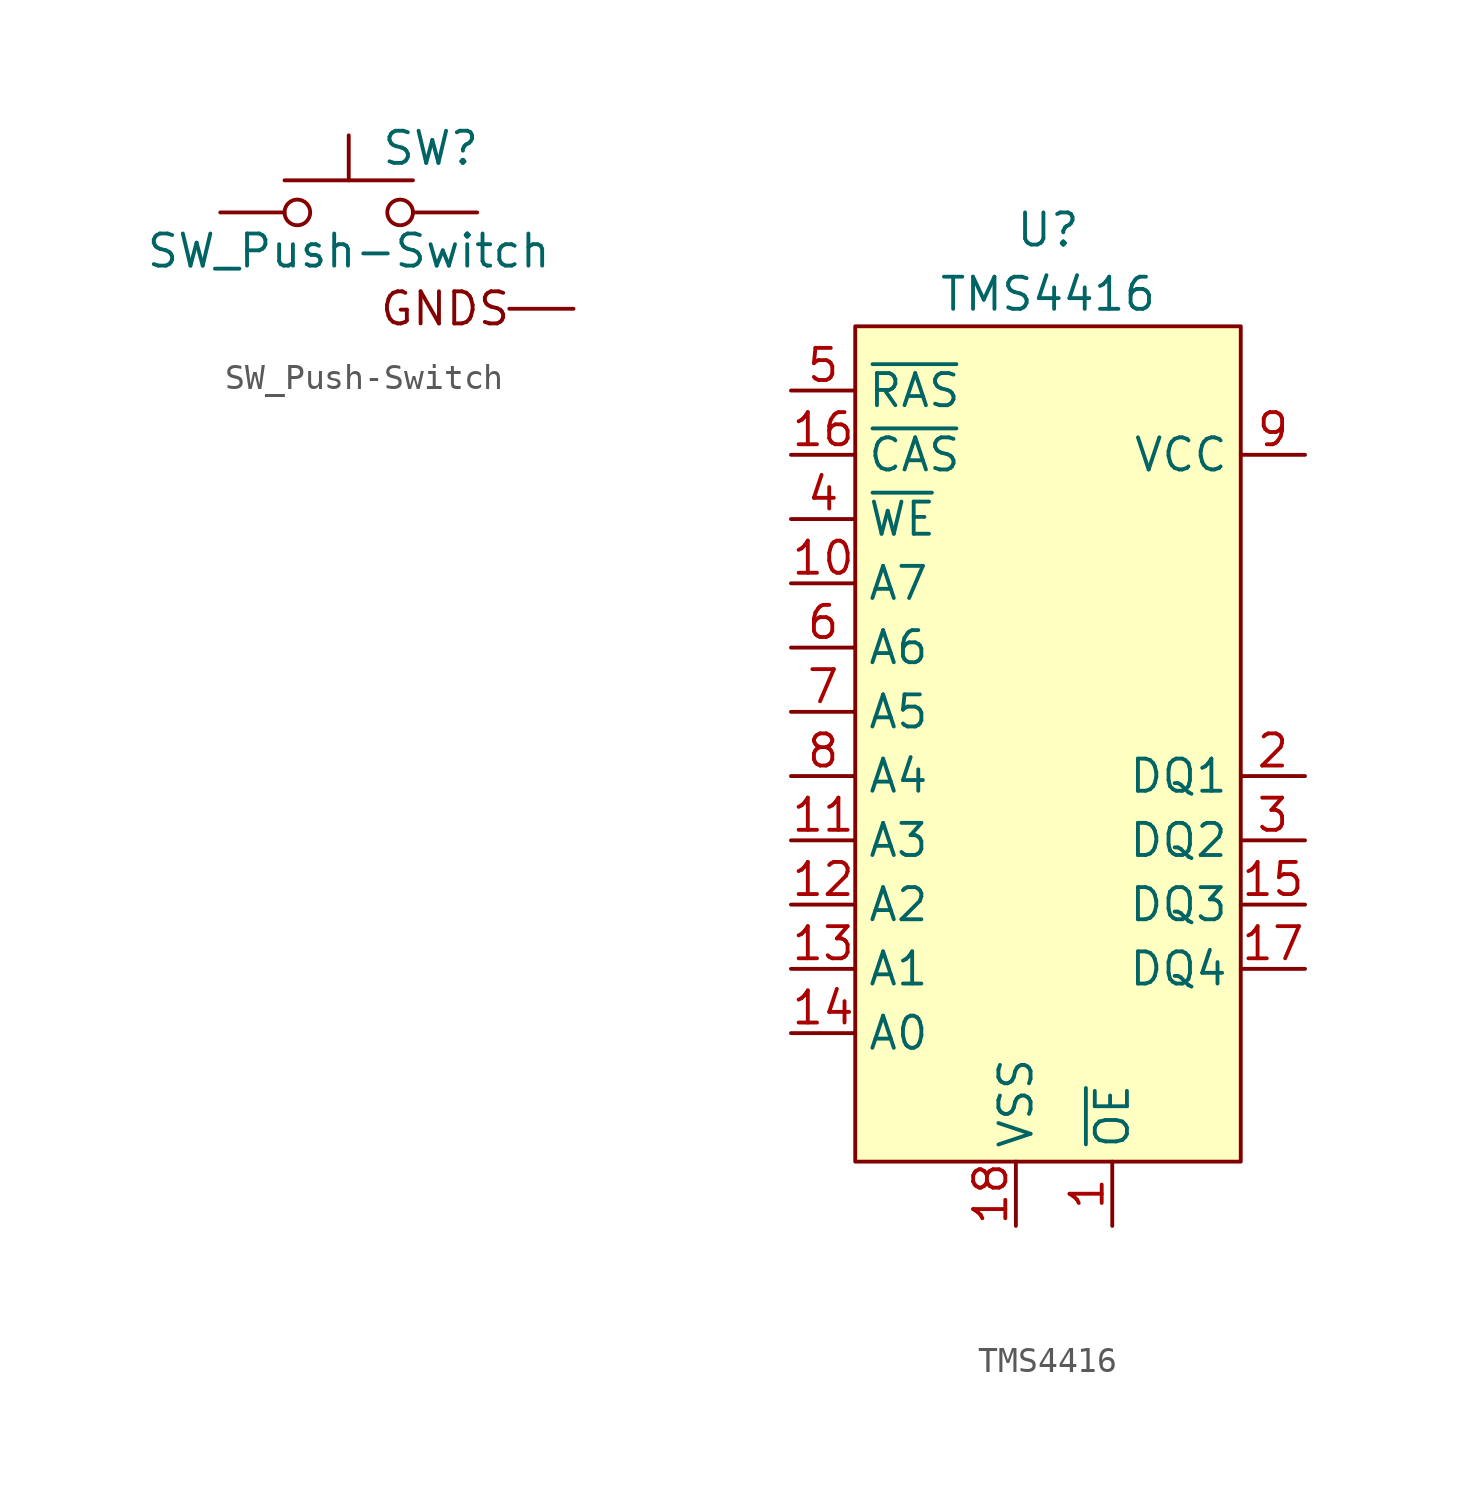
<source format=kicad_sym>
(kicad_symbol_lib
  (version 20211014)
  (generator kicad_symbol_editor)
  (symbol "SW_Push-Switch"
    (pin_numbers hide)
    (pin_names
      (offset 1.016) hide)
    (property "Reference" "SW"
      (at 1.27 2.54 0)
      (effects (font (size 1.27 1.27)) (justify left)))
    (property "Value" "SW_Push-Switch"
      (at 0 -1.524 0)
      (effects (font (size 1.27 1.27))))
    (symbol "SW_Push-Switch_0_0"
      (text "GNDS" (at 3.81 -3.81 0) (effects (font (size 1.27 1.27)))))
    (symbol "SW_Push-Switch_0_1"
      (circle (center -2.032 0) (radius 0.508) (stroke (width 0) (type default) (color 0 0 0 0)) (fill (type none)))
      (polyline (pts (xy 0 1.27) (xy 0 3.048)) (stroke (width 0) (type default) (color 0 0 0 0)) (fill (type none)))
      (polyline (pts (xy 2.54 1.27) (xy -2.54 1.27)) (stroke (width 0) (type default) (color 0 0 0 0)) (fill (type none)))
      (circle (center 2.032 0) (radius 0.508) (stroke (width 0) (type default) (color 0 0 0 0)) (fill (type none)))
      (pin passive line (at -5.08 0 0) (length 2.54) (name "1" (effects (font (size 1.27 1.27)))) (number "1" (effects (font (size 1.27 1.27)))))
      (pin passive line (at 5.08 0 180) (length 2.54) (name "2" (effects (font (size 1.27 1.27)))) (number "2" (effects (font (size 1.27 1.27))))))
    (symbol "SW_Push-Switch_1_1"
      (pin passive line (at 8.89 -3.81 180) (length 2.54) (name "GNDS" (effects (font (size 1.27 1.27)))) (number "GNDS" (effects (font (size 1.27 1.27)))))))
  (symbol "TMS4416"
    (pin_names
      (offset 0.457))
    (property "Reference" "U"
      (at 6.35 1.27 0)
      (effects (font (size 1.27 1.27))))
    (property "Value" "TMS4416"
      (at 6.35 -1.27 0)
      (effects (font (size 1.27 1.27))))
    (symbol "TMS4416_0_1"
      (rectangle (start 13.97 -35.56) (end -1.27 -2.54) (stroke (width 0) (type default) (color 0 0 0 0)) (fill (type background))))
    (symbol "TMS4416_1_1"
      (pin input line (at 8.89 -38.1 90) (length 2.54) (name "~{OE}" (effects (font (size 1.27 1.27)))) (number "1" (effects (font (size 1.27 1.27)))))
      (pin input line (at -3.81 -12.7 0) (length 2.54) (name "A7" (effects (font (size 1.27 1.27)))) (number "10" (effects (font (size 1.27 1.27)))))
      (pin input line (at -3.81 -22.86 0) (length 2.54) (name "A3" (effects (font (size 1.27 1.27)))) (number "11" (effects (font (size 1.27 1.27)))))
      (pin input line (at -3.81 -25.4 0) (length 2.54) (name "A2" (effects (font (size 1.27 1.27)))) (number "12" (effects (font (size 1.27 1.27)))))
      (pin input line (at -3.81 -27.94 0) (length 2.54) (name "A1" (effects (font (size 1.27 1.27)))) (number "13" (effects (font (size 1.27 1.27)))))
      (pin input line (at -3.81 -30.48 0) (length 2.54) (name "A0" (effects (font (size 1.27 1.27)))) (number "14" (effects (font (size 1.27 1.27)))))
      (pin bidirectional line (at 16.51 -25.4 180) (length 2.54) (name "DQ3" (effects (font (size 1.27 1.27)))) (number "15" (effects (font (size 1.27 1.27)))))
      (pin input line (at -3.81 -7.62 0) (length 2.54) (name "~{CAS}" (effects (font (size 1.27 1.27)))) (number "16" (effects (font (size 1.27 1.27)))))
      (pin bidirectional line (at 16.51 -27.94 180) (length 2.54) (name "DQ4" (effects (font (size 1.27 1.27)))) (number "17" (effects (font (size 1.27 1.27)))))
      (pin power_in line (at 5.08 -38.1 90) (length 2.54) (name "VSS" (effects (font (size 1.27 1.27)))) (number "18" (effects (font (size 1.27 1.27)))))
      (pin bidirectional line (at 16.51 -20.32 180) (length 2.54) (name "DQ1" (effects (font (size 1.27 1.27)))) (number "2" (effects (font (size 1.27 1.27)))))
      (pin bidirectional line (at 16.51 -22.86 180) (length 2.54) (name "DQ2" (effects (font (size 1.27 1.27)))) (number "3" (effects (font (size 1.27 1.27)))))
      (pin input line (at -3.81 -10.16 0) (length 2.54) (name "~{WE}" (effects (font (size 1.27 1.27)))) (number "4" (effects (font (size 1.27 1.27)))))
      (pin input line (at -3.81 -5.08 0) (length 2.54) (name "~{RAS}" (effects (font (size 1.27 1.27)))) (number "5" (effects (font (size 1.27 1.27)))))
      (pin input line (at -3.81 -15.24 0) (length 2.54) (name "A6" (effects (font (size 1.27 1.27)))) (number "6" (effects (font (size 1.27 1.27)))))
      (pin input line (at -3.81 -17.78 0) (length 2.54) (name "A5" (effects (font (size 1.27 1.27)))) (number "7" (effects (font (size 1.27 1.27)))))
      (pin input line (at -3.81 -20.32 0) (length 2.54) (name "A4" (effects (font (size 1.27 1.27)))) (number "8" (effects (font (size 1.27 1.27)))))
      (pin power_in line (at 16.51 -7.62 180) (length 2.54) (name "VCC" (effects (font (size 1.27 1.27)))) (number "9" (effects (font (size 1.27 1.27))))))))
</source>
